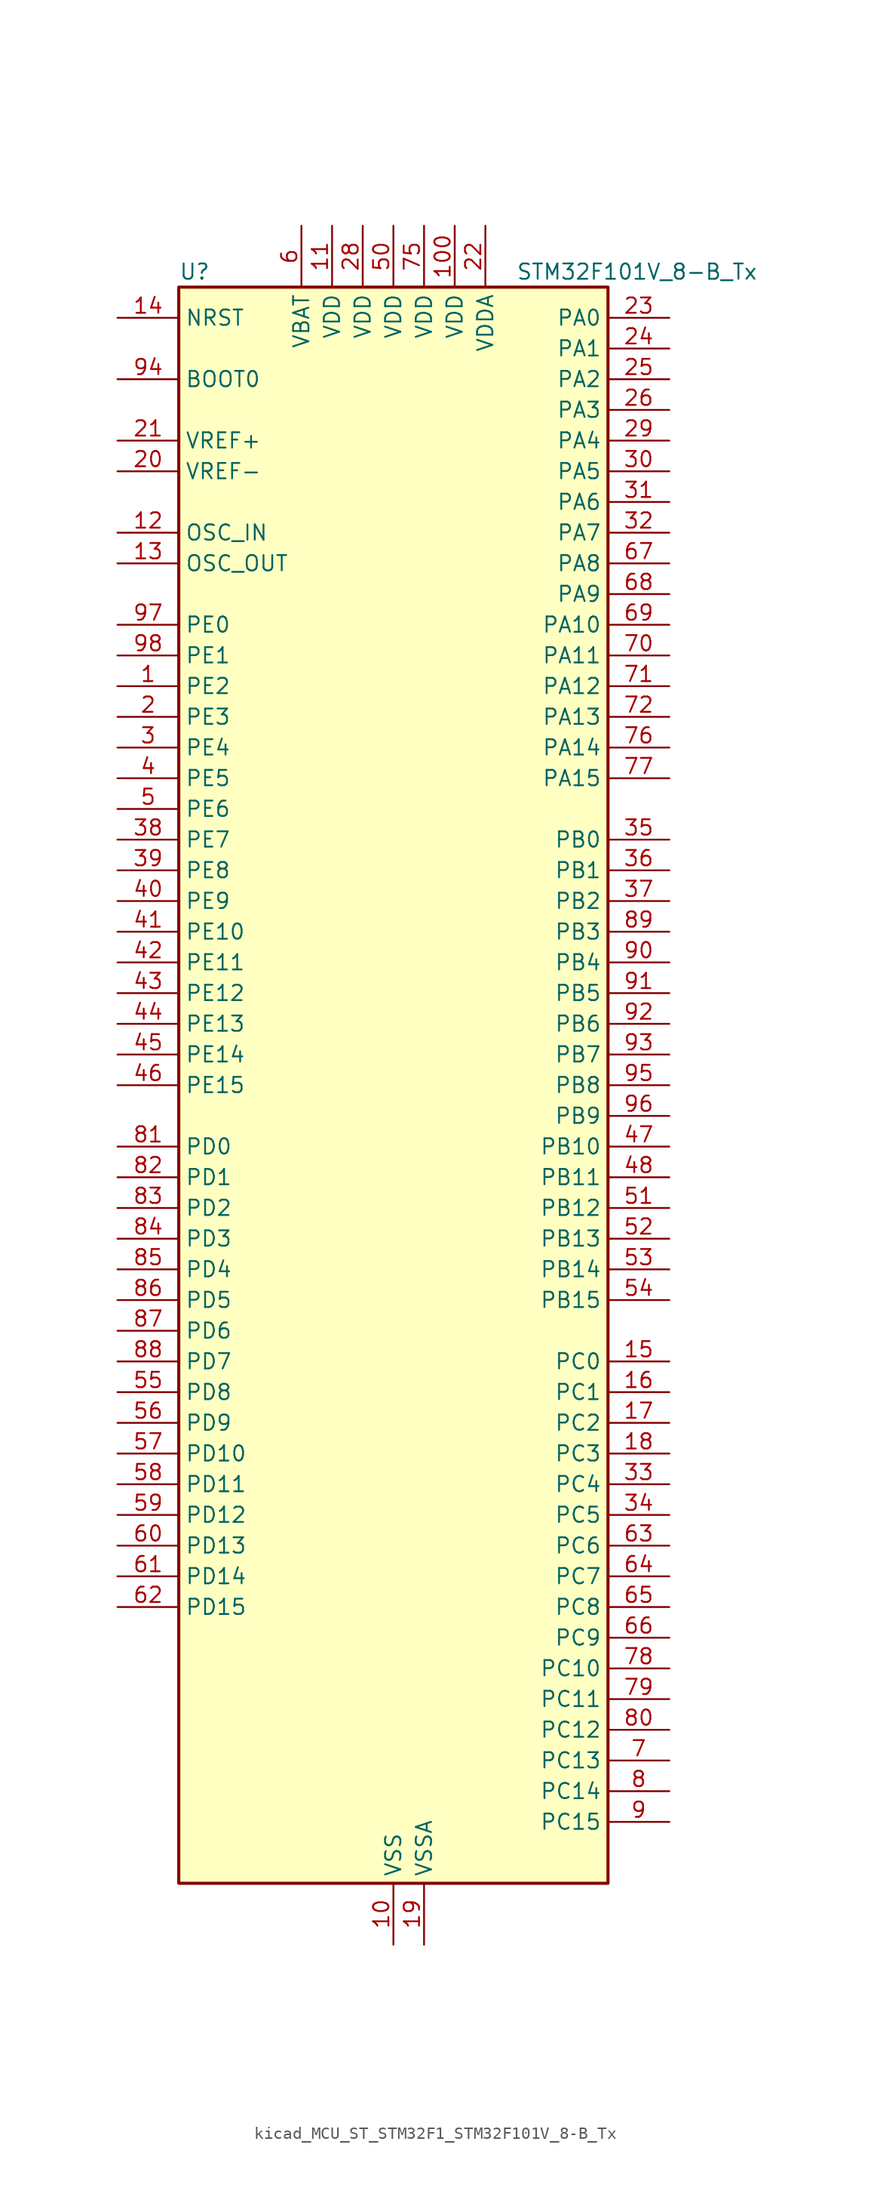
<source format=kicad_sym>
(kicad_symbol_lib
  (version 20220914)
  (generator kicad_symbol_editor)
  (symbol "kicad_MCU_ST_STM32F1_STM32F101V_8-B_Tx"
    (property "Reference" "U"
      (at -17.78 67.31 0)
      (effects (font (size 1.27 1.27)) (justify left)))
    (property "Value" "STM32F101V_8-B_Tx"
      (at 10.16 67.31 0)
      (effects (font (size 1.27 1.27)) (justify left)))
    (property "ki_locked" ""
      (at 0 0 0)
      (effects (font (size 1.27 1.27))))
    (symbol "kicad_MCU_ST_STM32F1_STM32F101V_8-B_Tx_0_1"
      (rectangle (start -17.78 -66.04) (end 17.78 66.04) (stroke (width 0.254) (type default)) (fill (type background))))
    (symbol "kicad_MCU_ST_STM32F1_STM32F101V_8-B_Tx_1_1"
      (pin bidirectional line (at -22.86 33.02 0) (length 5.08) (name "PE2" (effects (font (size 1.27 1.27)))) (number "1" (effects (font (size 1.27 1.27)))) (alternate "SYS_TRACECLK" bidirectional line))
      (pin power_in line (at 0 -71.12 90) (length 5.08) (name "VSS" (effects (font (size 1.27 1.27)))) (number "10" (effects (font (size 1.27 1.27)))))
      (pin power_in line (at 5.08 71.12 270) (length 5.08) (name "VDD" (effects (font (size 1.27 1.27)))) (number "100" (effects (font (size 1.27 1.27)))))
      (pin power_in line (at -5.08 71.12 270) (length 5.08) (name "VDD" (effects (font (size 1.27 1.27)))) (number "11" (effects (font (size 1.27 1.27)))))
      (pin input line (at -22.86 45.72 0) (length 5.08) (name "OSC_IN" (effects (font (size 1.27 1.27)))) (number "12" (effects (font (size 1.27 1.27)))) (alternate "RCC_OSC_IN" bidirectional line))
      (pin input line (at -22.86 43.18 0) (length 5.08) (name "OSC_OUT" (effects (font (size 1.27 1.27)))) (number "13" (effects (font (size 1.27 1.27)))) (alternate "RCC_OSC_OUT" bidirectional line))
      (pin input line (at -22.86 63.5 0) (length 5.08) (name "NRST" (effects (font (size 1.27 1.27)))) (number "14" (effects (font (size 1.27 1.27)))))
      (pin bidirectional line (at 22.86 -22.86 180) (length 5.08) (name "PC0" (effects (font (size 1.27 1.27)))) (number "15" (effects (font (size 1.27 1.27)))) (alternate "ADC1_IN10" bidirectional line))
      (pin bidirectional line (at 22.86 -25.4 180) (length 5.08) (name "PC1" (effects (font (size 1.27 1.27)))) (number "16" (effects (font (size 1.27 1.27)))) (alternate "ADC1_IN11" bidirectional line))
      (pin bidirectional line (at 22.86 -27.94 180) (length 5.08) (name "PC2" (effects (font (size 1.27 1.27)))) (number "17" (effects (font (size 1.27 1.27)))) (alternate "ADC1_IN12" bidirectional line))
      (pin bidirectional line (at 22.86 -30.48 180) (length 5.08) (name "PC3" (effects (font (size 1.27 1.27)))) (number "18" (effects (font (size 1.27 1.27)))) (alternate "ADC1_IN13" bidirectional line))
      (pin power_in line (at 2.54 -71.12 90) (length 5.08) (name "VSSA" (effects (font (size 1.27 1.27)))) (number "19" (effects (font (size 1.27 1.27)))))
      (pin bidirectional line (at -22.86 30.48 0) (length 5.08) (name "PE3" (effects (font (size 1.27 1.27)))) (number "2" (effects (font (size 1.27 1.27)))) (alternate "SYS_TRACED0" bidirectional line))
      (pin input line (at -22.86 50.8 0) (length 5.08) (name "VREF-" (effects (font (size 1.27 1.27)))) (number "20" (effects (font (size 1.27 1.27)))))
      (pin input line (at -22.86 53.34 0) (length 5.08) (name "VREF+" (effects (font (size 1.27 1.27)))) (number "21" (effects (font (size 1.27 1.27)))))
      (pin power_in line (at 7.62 71.12 270) (length 5.08) (name "VDDA" (effects (font (size 1.27 1.27)))) (number "22" (effects (font (size 1.27 1.27)))))
      (pin bidirectional line (at 22.86 63.5 180) (length 5.08) (name "PA0" (effects (font (size 1.27 1.27)))) (number "23" (effects (font (size 1.27 1.27)))) (alternate "ADC1_IN0" bidirectional line) (alternate "SYS_WKUP" bidirectional line) (alternate "TIM2_CH1" bidirectional line) (alternate "TIM2_ETR" bidirectional line) (alternate "USART2_CTS" bidirectional line))
      (pin bidirectional line (at 22.86 60.96 180) (length 5.08) (name "PA1" (effects (font (size 1.27 1.27)))) (number "24" (effects (font (size 1.27 1.27)))) (alternate "ADC1_IN1" bidirectional line) (alternate "TIM2_CH2" bidirectional line) (alternate "USART2_RTS" bidirectional line))
      (pin bidirectional line (at 22.86 58.42 180) (length 5.08) (name "PA2" (effects (font (size 1.27 1.27)))) (number "25" (effects (font (size 1.27 1.27)))) (alternate "ADC1_IN2" bidirectional line) (alternate "TIM2_CH3" bidirectional line) (alternate "USART2_TX" bidirectional line))
      (pin bidirectional line (at 22.86 55.88 180) (length 5.08) (name "PA3" (effects (font (size 1.27 1.27)))) (number "26" (effects (font (size 1.27 1.27)))) (alternate "ADC1_IN3" bidirectional line) (alternate "TIM2_CH4" bidirectional line) (alternate "USART2_RX" bidirectional line))
      (pin passive line (at 0 -71.12 90) (length 5.08) hide (name "VSS" (effects (font (size 1.27 1.27)))) (number "27" (effects (font (size 1.27 1.27)))))
      (pin power_in line (at -2.54 71.12 270) (length 5.08) (name "VDD" (effects (font (size 1.27 1.27)))) (number "28" (effects (font (size 1.27 1.27)))))
      (pin bidirectional line (at 22.86 53.34 180) (length 5.08) (name "PA4" (effects (font (size 1.27 1.27)))) (number "29" (effects (font (size 1.27 1.27)))) (alternate "ADC1_IN4" bidirectional line) (alternate "SPI1_NSS" bidirectional line) (alternate "USART2_CK" bidirectional line))
      (pin bidirectional line (at -22.86 27.94 0) (length 5.08) (name "PE4" (effects (font (size 1.27 1.27)))) (number "3" (effects (font (size 1.27 1.27)))) (alternate "SYS_TRACED1" bidirectional line))
      (pin bidirectional line (at 22.86 50.8 180) (length 5.08) (name "PA5" (effects (font (size 1.27 1.27)))) (number "30" (effects (font (size 1.27 1.27)))) (alternate "ADC1_IN5" bidirectional line) (alternate "SPI1_SCK" bidirectional line))
      (pin bidirectional line (at 22.86 48.26 180) (length 5.08) (name "PA6" (effects (font (size 1.27 1.27)))) (number "31" (effects (font (size 1.27 1.27)))) (alternate "ADC1_IN6" bidirectional line) (alternate "SPI1_MISO" bidirectional line) (alternate "TIM3_CH1" bidirectional line))
      (pin bidirectional line (at 22.86 45.72 180) (length 5.08) (name "PA7" (effects (font (size 1.27 1.27)))) (number "32" (effects (font (size 1.27 1.27)))) (alternate "ADC1_IN7" bidirectional line) (alternate "SPI1_MOSI" bidirectional line) (alternate "TIM3_CH2" bidirectional line))
      (pin bidirectional line (at 22.86 -33.02 180) (length 5.08) (name "PC4" (effects (font (size 1.27 1.27)))) (number "33" (effects (font (size 1.27 1.27)))) (alternate "ADC1_IN14" bidirectional line))
      (pin bidirectional line (at 22.86 -35.56 180) (length 5.08) (name "PC5" (effects (font (size 1.27 1.27)))) (number "34" (effects (font (size 1.27 1.27)))) (alternate "ADC1_IN15" bidirectional line))
      (pin bidirectional line (at 22.86 20.32 180) (length 5.08) (name "PB0" (effects (font (size 1.27 1.27)))) (number "35" (effects (font (size 1.27 1.27)))) (alternate "ADC1_IN8" bidirectional line) (alternate "TIM3_CH3" bidirectional line))
      (pin bidirectional line (at 22.86 17.78 180) (length 5.08) (name "PB1" (effects (font (size 1.27 1.27)))) (number "36" (effects (font (size 1.27 1.27)))) (alternate "ADC1_IN9" bidirectional line) (alternate "TIM3_CH4" bidirectional line))
      (pin bidirectional line (at 22.86 15.24 180) (length 5.08) (name "PB2" (effects (font (size 1.27 1.27)))) (number "37" (effects (font (size 1.27 1.27)))))
      (pin bidirectional line (at -22.86 20.32 0) (length 5.08) (name "PE7" (effects (font (size 1.27 1.27)))) (number "38" (effects (font (size 1.27 1.27)))))
      (pin bidirectional line (at -22.86 17.78 0) (length 5.08) (name "PE8" (effects (font (size 1.27 1.27)))) (number "39" (effects (font (size 1.27 1.27)))))
      (pin bidirectional line (at -22.86 25.4 0) (length 5.08) (name "PE5" (effects (font (size 1.27 1.27)))) (number "4" (effects (font (size 1.27 1.27)))) (alternate "SYS_TRACED2" bidirectional line))
      (pin bidirectional line (at -22.86 15.24 0) (length 5.08) (name "PE9" (effects (font (size 1.27 1.27)))) (number "40" (effects (font (size 1.27 1.27)))))
      (pin bidirectional line (at -22.86 12.7 0) (length 5.08) (name "PE10" (effects (font (size 1.27 1.27)))) (number "41" (effects (font (size 1.27 1.27)))))
      (pin bidirectional line (at -22.86 10.16 0) (length 5.08) (name "PE11" (effects (font (size 1.27 1.27)))) (number "42" (effects (font (size 1.27 1.27)))) (alternate "ADC1_EXTI11" bidirectional line))
      (pin bidirectional line (at -22.86 7.62 0) (length 5.08) (name "PE12" (effects (font (size 1.27 1.27)))) (number "43" (effects (font (size 1.27 1.27)))))
      (pin bidirectional line (at -22.86 5.08 0) (length 5.08) (name "PE13" (effects (font (size 1.27 1.27)))) (number "44" (effects (font (size 1.27 1.27)))))
      (pin bidirectional line (at -22.86 2.54 0) (length 5.08) (name "PE14" (effects (font (size 1.27 1.27)))) (number "45" (effects (font (size 1.27 1.27)))))
      (pin bidirectional line (at -22.86 0 0) (length 5.08) (name "PE15" (effects (font (size 1.27 1.27)))) (number "46" (effects (font (size 1.27 1.27)))) (alternate "ADC1_EXTI15" bidirectional line))
      (pin bidirectional line (at 22.86 -5.08 180) (length 5.08) (name "PB10" (effects (font (size 1.27 1.27)))) (number "47" (effects (font (size 1.27 1.27)))) (alternate "I2C2_SCL" bidirectional line) (alternate "TIM2_CH3" bidirectional line) (alternate "USART3_TX" bidirectional line))
      (pin bidirectional line (at 22.86 -7.62 180) (length 5.08) (name "PB11" (effects (font (size 1.27 1.27)))) (number "48" (effects (font (size 1.27 1.27)))) (alternate "ADC1_EXTI11" bidirectional line) (alternate "I2C2_SDA" bidirectional line) (alternate "TIM2_CH4" bidirectional line) (alternate "USART3_RX" bidirectional line))
      (pin passive line (at 0 -71.12 90) (length 5.08) hide (name "VSS" (effects (font (size 1.27 1.27)))) (number "49" (effects (font (size 1.27 1.27)))))
      (pin bidirectional line (at -22.86 22.86 0) (length 5.08) (name "PE6" (effects (font (size 1.27 1.27)))) (number "5" (effects (font (size 1.27 1.27)))) (alternate "SYS_TRACED3" bidirectional line))
      (pin power_in line (at 0 71.12 270) (length 5.08) (name "VDD" (effects (font (size 1.27 1.27)))) (number "50" (effects (font (size 1.27 1.27)))))
      (pin bidirectional line (at 22.86 -10.16 180) (length 5.08) (name "PB12" (effects (font (size 1.27 1.27)))) (number "51" (effects (font (size 1.27 1.27)))) (alternate "I2C2_SMBA" bidirectional line) (alternate "SPI2_NSS" bidirectional line) (alternate "USART3_CK" bidirectional line))
      (pin bidirectional line (at 22.86 -12.7 180) (length 5.08) (name "PB13" (effects (font (size 1.27 1.27)))) (number "52" (effects (font (size 1.27 1.27)))) (alternate "SPI2_SCK" bidirectional line) (alternate "USART3_CTS" bidirectional line))
      (pin bidirectional line (at 22.86 -15.24 180) (length 5.08) (name "PB14" (effects (font (size 1.27 1.27)))) (number "53" (effects (font (size 1.27 1.27)))) (alternate "SPI2_MISO" bidirectional line) (alternate "USART3_RTS" bidirectional line))
      (pin bidirectional line (at 22.86 -17.78 180) (length 5.08) (name "PB15" (effects (font (size 1.27 1.27)))) (number "54" (effects (font (size 1.27 1.27)))) (alternate "ADC1_EXTI15" bidirectional line) (alternate "SPI2_MOSI" bidirectional line))
      (pin bidirectional line (at -22.86 -25.4 0) (length 5.08) (name "PD8" (effects (font (size 1.27 1.27)))) (number "55" (effects (font (size 1.27 1.27)))) (alternate "USART3_TX" bidirectional line))
      (pin bidirectional line (at -22.86 -27.94 0) (length 5.08) (name "PD9" (effects (font (size 1.27 1.27)))) (number "56" (effects (font (size 1.27 1.27)))) (alternate "USART3_RX" bidirectional line))
      (pin bidirectional line (at -22.86 -30.48 0) (length 5.08) (name "PD10" (effects (font (size 1.27 1.27)))) (number "57" (effects (font (size 1.27 1.27)))) (alternate "USART3_CK" bidirectional line))
      (pin bidirectional line (at -22.86 -33.02 0) (length 5.08) (name "PD11" (effects (font (size 1.27 1.27)))) (number "58" (effects (font (size 1.27 1.27)))) (alternate "ADC1_EXTI11" bidirectional line) (alternate "USART3_CTS" bidirectional line))
      (pin bidirectional line (at -22.86 -35.56 0) (length 5.08) (name "PD12" (effects (font (size 1.27 1.27)))) (number "59" (effects (font (size 1.27 1.27)))) (alternate "TIM4_CH1" bidirectional line) (alternate "USART3_RTS" bidirectional line))
      (pin power_in line (at -7.62 71.12 270) (length 5.08) (name "VBAT" (effects (font (size 1.27 1.27)))) (number "6" (effects (font (size 1.27 1.27)))))
      (pin bidirectional line (at -22.86 -38.1 0) (length 5.08) (name "PD13" (effects (font (size 1.27 1.27)))) (number "60" (effects (font (size 1.27 1.27)))) (alternate "TIM4_CH2" bidirectional line))
      (pin bidirectional line (at -22.86 -40.64 0) (length 5.08) (name "PD14" (effects (font (size 1.27 1.27)))) (number "61" (effects (font (size 1.27 1.27)))) (alternate "TIM4_CH3" bidirectional line))
      (pin bidirectional line (at -22.86 -43.18 0) (length 5.08) (name "PD15" (effects (font (size 1.27 1.27)))) (number "62" (effects (font (size 1.27 1.27)))) (alternate "ADC1_EXTI15" bidirectional line) (alternate "TIM4_CH4" bidirectional line))
      (pin bidirectional line (at 22.86 -38.1 180) (length 5.08) (name "PC6" (effects (font (size 1.27 1.27)))) (number "63" (effects (font (size 1.27 1.27)))) (alternate "TIM3_CH1" bidirectional line))
      (pin bidirectional line (at 22.86 -40.64 180) (length 5.08) (name "PC7" (effects (font (size 1.27 1.27)))) (number "64" (effects (font (size 1.27 1.27)))) (alternate "TIM3_CH2" bidirectional line))
      (pin bidirectional line (at 22.86 -43.18 180) (length 5.08) (name "PC8" (effects (font (size 1.27 1.27)))) (number "65" (effects (font (size 1.27 1.27)))) (alternate "TIM3_CH3" bidirectional line))
      (pin bidirectional line (at 22.86 -45.72 180) (length 5.08) (name "PC9" (effects (font (size 1.27 1.27)))) (number "66" (effects (font (size 1.27 1.27)))) (alternate "TIM3_CH4" bidirectional line))
      (pin bidirectional line (at 22.86 43.18 180) (length 5.08) (name "PA8" (effects (font (size 1.27 1.27)))) (number "67" (effects (font (size 1.27 1.27)))) (alternate "RCC_MCO" bidirectional line) (alternate "USART1_CK" bidirectional line))
      (pin bidirectional line (at 22.86 40.64 180) (length 5.08) (name "PA9" (effects (font (size 1.27 1.27)))) (number "68" (effects (font (size 1.27 1.27)))) (alternate "USART1_TX" bidirectional line))
      (pin bidirectional line (at 22.86 38.1 180) (length 5.08) (name "PA10" (effects (font (size 1.27 1.27)))) (number "69" (effects (font (size 1.27 1.27)))) (alternate "USART1_RX" bidirectional line))
      (pin bidirectional line (at 22.86 -55.88 180) (length 5.08) (name "PC13" (effects (font (size 1.27 1.27)))) (number "7" (effects (font (size 1.27 1.27)))) (alternate "RTC_OUT" bidirectional line) (alternate "RTC_TAMPER" bidirectional line))
      (pin bidirectional line (at 22.86 35.56 180) (length 5.08) (name "PA11" (effects (font (size 1.27 1.27)))) (number "70" (effects (font (size 1.27 1.27)))) (alternate "ADC1_EXTI11" bidirectional line) (alternate "USART1_CTS" bidirectional line))
      (pin bidirectional line (at 22.86 33.02 180) (length 5.08) (name "PA12" (effects (font (size 1.27 1.27)))) (number "71" (effects (font (size 1.27 1.27)))) (alternate "USART1_RTS" bidirectional line))
      (pin bidirectional line (at 22.86 30.48 180) (length 5.08) (name "PA13" (effects (font (size 1.27 1.27)))) (number "72" (effects (font (size 1.27 1.27)))) (alternate "SYS_JTMS-SWDIO" bidirectional line))
      (pin no_connect line (at -17.78 -66.04 0) (length 5.08) hide (name "NC" (effects (font (size 1.27 1.27)))) (number "73" (effects (font (size 1.27 1.27)))))
      (pin passive line (at 0 -71.12 90) (length 5.08) hide (name "VSS" (effects (font (size 1.27 1.27)))) (number "74" (effects (font (size 1.27 1.27)))))
      (pin power_in line (at 2.54 71.12 270) (length 5.08) (name "VDD" (effects (font (size 1.27 1.27)))) (number "75" (effects (font (size 1.27 1.27)))))
      (pin bidirectional line (at 22.86 27.94 180) (length 5.08) (name "PA14" (effects (font (size 1.27 1.27)))) (number "76" (effects (font (size 1.27 1.27)))) (alternate "SYS_JTCK-SWCLK" bidirectional line))
      (pin bidirectional line (at 22.86 25.4 180) (length 5.08) (name "PA15" (effects (font (size 1.27 1.27)))) (number "77" (effects (font (size 1.27 1.27)))) (alternate "ADC1_EXTI15" bidirectional line) (alternate "SPI1_NSS" bidirectional line) (alternate "SYS_JTDI" bidirectional line) (alternate "TIM2_CH1" bidirectional line) (alternate "TIM2_ETR" bidirectional line))
      (pin bidirectional line (at 22.86 -48.26 180) (length 5.08) (name "PC10" (effects (font (size 1.27 1.27)))) (number "78" (effects (font (size 1.27 1.27)))) (alternate "USART3_TX" bidirectional line))
      (pin bidirectional line (at 22.86 -50.8 180) (length 5.08) (name "PC11" (effects (font (size 1.27 1.27)))) (number "79" (effects (font (size 1.27 1.27)))) (alternate "ADC1_EXTI11" bidirectional line) (alternate "USART3_RX" bidirectional line))
      (pin bidirectional line (at 22.86 -58.42 180) (length 5.08) (name "PC14" (effects (font (size 1.27 1.27)))) (number "8" (effects (font (size 1.27 1.27)))) (alternate "RCC_OSC32_IN" bidirectional line))
      (pin bidirectional line (at 22.86 -53.34 180) (length 5.08) (name "PC12" (effects (font (size 1.27 1.27)))) (number "80" (effects (font (size 1.27 1.27)))) (alternate "USART3_CK" bidirectional line))
      (pin bidirectional line (at -22.86 -5.08 0) (length 5.08) (name "PD0" (effects (font (size 1.27 1.27)))) (number "81" (effects (font (size 1.27 1.27)))))
      (pin bidirectional line (at -22.86 -7.62 0) (length 5.08) (name "PD1" (effects (font (size 1.27 1.27)))) (number "82" (effects (font (size 1.27 1.27)))))
      (pin bidirectional line (at -22.86 -10.16 0) (length 5.08) (name "PD2" (effects (font (size 1.27 1.27)))) (number "83" (effects (font (size 1.27 1.27)))) (alternate "TIM3_ETR" bidirectional line))
      (pin bidirectional line (at -22.86 -12.7 0) (length 5.08) (name "PD3" (effects (font (size 1.27 1.27)))) (number "84" (effects (font (size 1.27 1.27)))) (alternate "USART2_CTS" bidirectional line))
      (pin bidirectional line (at -22.86 -15.24 0) (length 5.08) (name "PD4" (effects (font (size 1.27 1.27)))) (number "85" (effects (font (size 1.27 1.27)))) (alternate "USART2_RTS" bidirectional line))
      (pin bidirectional line (at -22.86 -17.78 0) (length 5.08) (name "PD5" (effects (font (size 1.27 1.27)))) (number "86" (effects (font (size 1.27 1.27)))) (alternate "USART2_TX" bidirectional line))
      (pin bidirectional line (at -22.86 -20.32 0) (length 5.08) (name "PD6" (effects (font (size 1.27 1.27)))) (number "87" (effects (font (size 1.27 1.27)))) (alternate "USART2_RX" bidirectional line))
      (pin bidirectional line (at -22.86 -22.86 0) (length 5.08) (name "PD7" (effects (font (size 1.27 1.27)))) (number "88" (effects (font (size 1.27 1.27)))) (alternate "USART2_CK" bidirectional line))
      (pin bidirectional line (at 22.86 12.7 180) (length 5.08) (name "PB3" (effects (font (size 1.27 1.27)))) (number "89" (effects (font (size 1.27 1.27)))) (alternate "SPI1_SCK" bidirectional line) (alternate "SYS_JTDO-TRACESWO" bidirectional line) (alternate "TIM2_CH2" bidirectional line))
      (pin bidirectional line (at 22.86 -60.96 180) (length 5.08) (name "PC15" (effects (font (size 1.27 1.27)))) (number "9" (effects (font (size 1.27 1.27)))) (alternate "ADC1_EXTI15" bidirectional line) (alternate "RCC_OSC32_OUT" bidirectional line))
      (pin bidirectional line (at 22.86 10.16 180) (length 5.08) (name "PB4" (effects (font (size 1.27 1.27)))) (number "90" (effects (font (size 1.27 1.27)))) (alternate "SPI1_MISO" bidirectional line) (alternate "SYS_NJTRST" bidirectional line) (alternate "TIM3_CH1" bidirectional line))
      (pin bidirectional line (at 22.86 7.62 180) (length 5.08) (name "PB5" (effects (font (size 1.27 1.27)))) (number "91" (effects (font (size 1.27 1.27)))) (alternate "I2C1_SMBA" bidirectional line) (alternate "SPI1_MOSI" bidirectional line) (alternate "TIM3_CH2" bidirectional line))
      (pin bidirectional line (at 22.86 5.08 180) (length 5.08) (name "PB6" (effects (font (size 1.27 1.27)))) (number "92" (effects (font (size 1.27 1.27)))) (alternate "I2C1_SCL" bidirectional line) (alternate "TIM4_CH1" bidirectional line) (alternate "USART1_TX" bidirectional line))
      (pin bidirectional line (at 22.86 2.54 180) (length 5.08) (name "PB7" (effects (font (size 1.27 1.27)))) (number "93" (effects (font (size 1.27 1.27)))) (alternate "I2C1_SDA" bidirectional line) (alternate "TIM4_CH2" bidirectional line) (alternate "USART1_RX" bidirectional line))
      (pin input line (at -22.86 58.42 0) (length 5.08) (name "BOOT0" (effects (font (size 1.27 1.27)))) (number "94" (effects (font (size 1.27 1.27)))))
      (pin bidirectional line (at 22.86 0 180) (length 5.08) (name "PB8" (effects (font (size 1.27 1.27)))) (number "95" (effects (font (size 1.27 1.27)))) (alternate "I2C1_SCL" bidirectional line) (alternate "TIM4_CH3" bidirectional line))
      (pin bidirectional line (at 22.86 -2.54 180) (length 5.08) (name "PB9" (effects (font (size 1.27 1.27)))) (number "96" (effects (font (size 1.27 1.27)))) (alternate "I2C1_SDA" bidirectional line) (alternate "TIM4_CH4" bidirectional line))
      (pin bidirectional line (at -22.86 38.1 0) (length 5.08) (name "PE0" (effects (font (size 1.27 1.27)))) (number "97" (effects (font (size 1.27 1.27)))) (alternate "TIM4_ETR" bidirectional line))
      (pin bidirectional line (at -22.86 35.56 0) (length 5.08) (name "PE1" (effects (font (size 1.27 1.27)))) (number "98" (effects (font (size 1.27 1.27)))))
      (pin passive line (at 0 -71.12 90) (length 5.08) hide (name "VSS" (effects (font (size 1.27 1.27)))) (number "99" (effects (font (size 1.27 1.27))))))))
</source>
